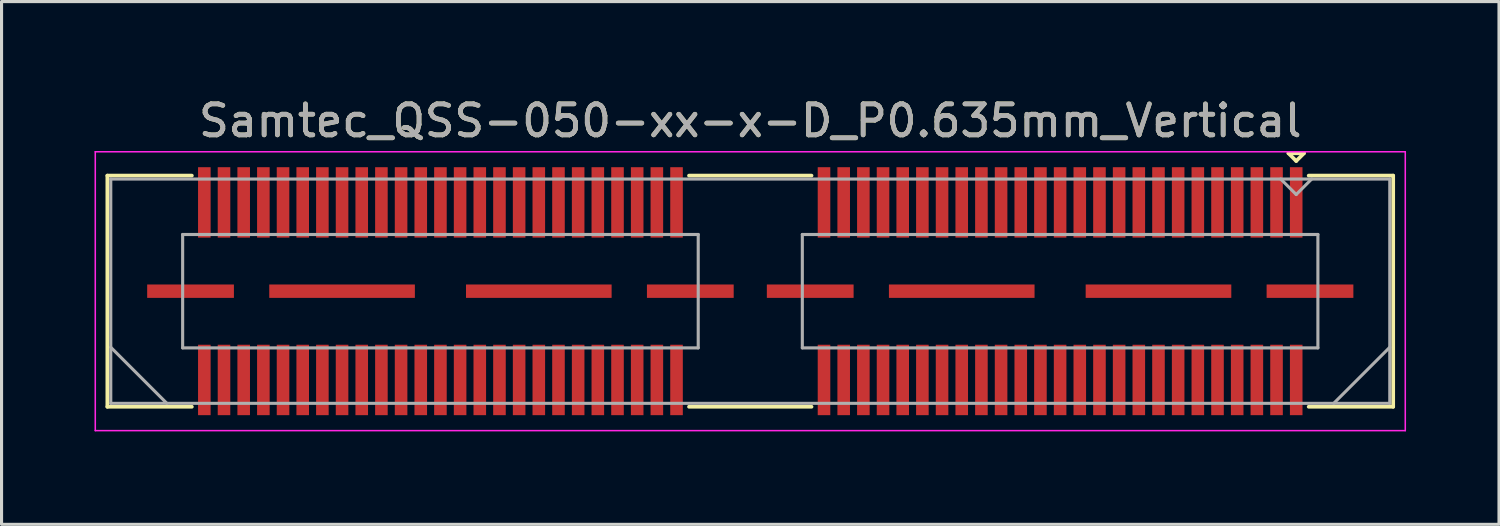
<source format=kicad_pcb>
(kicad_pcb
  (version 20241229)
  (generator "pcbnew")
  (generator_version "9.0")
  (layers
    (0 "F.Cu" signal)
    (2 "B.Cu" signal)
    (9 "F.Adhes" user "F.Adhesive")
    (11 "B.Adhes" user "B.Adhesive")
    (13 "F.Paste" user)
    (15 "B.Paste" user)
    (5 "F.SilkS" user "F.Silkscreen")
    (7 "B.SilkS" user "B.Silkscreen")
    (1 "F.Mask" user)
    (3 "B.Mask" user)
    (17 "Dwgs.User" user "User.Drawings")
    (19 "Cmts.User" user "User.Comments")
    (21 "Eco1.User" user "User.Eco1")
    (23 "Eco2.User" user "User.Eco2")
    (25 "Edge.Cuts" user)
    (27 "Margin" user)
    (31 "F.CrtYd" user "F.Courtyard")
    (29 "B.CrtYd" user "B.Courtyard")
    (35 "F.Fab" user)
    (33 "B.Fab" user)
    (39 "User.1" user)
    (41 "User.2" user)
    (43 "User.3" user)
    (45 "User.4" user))
  (footprint "Samtec_QSS-050-xx-x-D_P0.635mm_Vertical"
    (layer "F.Cu")
    (at 21.165 6.348)
    (property "Reference" "Samtec_QSS-050-xx-x-D_P0.635mm_Vertical" (at 0 -5.5 0) (layer "F.SilkS") (effects (font (size 1 1) (thickness 0.15))))
    (attr smd)
    (fp_line (start -20.75 -3.73) (end -18.023 -3.73) (stroke (width 0.12) (type solid)) (layer "F.SilkS"))
    (fp_line (start -20.75 3.73) (end -20.75 -3.73) (stroke (width 0.12) (type solid)) (layer "F.SilkS"))
    (fp_line (start -18.023 3.73) (end -20.75 3.73) (stroke (width 0.12) (type solid)) (layer "F.SilkS"))
    (fp_line (start 1.977 -3.73) (end -1.977 -3.73) (stroke (width 0.12) (type solid)) (layer "F.SilkS"))
    (fp_line (start 1.977 3.73) (end -1.977 3.73) (stroke (width 0.12) (type solid)) (layer "F.SilkS"))
    (fp_line (start 17.37 -4.452) (end 17.87 -4.452) (stroke (width 0.12) (type solid)) (layer "F.SilkS"))
    (fp_line (start 17.62 -4.202) (end 17.37 -4.452) (stroke (width 0.12) (type solid)) (layer "F.SilkS"))
    (fp_line (start 17.87 -4.452) (end 17.62 -4.202) (stroke (width 0.12) (type solid)) (layer "F.SilkS"))
    (fp_line (start 18.023 3.73) (end 20.75 3.73) (stroke (width 0.12) (type solid)) (layer "F.SilkS"))
    (fp_line (start 20.75 -3.73) (end 18.023 -3.73) (stroke (width 0.12) (type solid)) (layer "F.SilkS"))
    (fp_line (start 20.75 3.73) (end 20.75 -3.73) (stroke (width 0.12) (type solid)) (layer "F.SilkS"))
    (fp_line (start -21.14 -4.5) (end -21.14 4.5) (stroke (width 0.05) (type solid)) (layer "F.CrtYd"))
    (fp_line (start -21.14 4.5) (end 21.14 4.5) (stroke (width 0.05) (type solid)) (layer "F.CrtYd"))
    (fp_line (start 21.14 -4.5) (end -21.14 -4.5) (stroke (width 0.05) (type solid)) (layer "F.CrtYd"))
    (fp_line (start 21.14 4.5) (end 21.14 -4.5) (stroke (width 0.05) (type solid)) (layer "F.CrtYd"))
    (fp_line (start -20.64 -3.62) (end -20.64 3.62) (stroke (width 0.1) (type solid)) (layer "F.Fab"))
    (fp_line (start -20.64 1.81) (end -18.83 3.62) (stroke (width 0.1) (type solid)) (layer "F.Fab"))
    (fp_line (start -20.64 3.62) (end 20.64 3.62) (stroke (width 0.1) (type solid)) (layer "F.Fab"))
    (fp_line (start -18.32 -1.83) (end -18.32 1.83) (stroke (width 0.1) (type solid)) (layer "F.Fab"))
    (fp_line (start -18.32 1.83) (end -1.68 1.83) (stroke (width 0.1) (type solid)) (layer "F.Fab"))
    (fp_line (start -1.68 -1.83) (end -18.32 -1.83) (stroke (width 0.1) (type solid)) (layer "F.Fab"))
    (fp_line (start -1.68 1.83) (end -1.68 -1.83) (stroke (width 0.1) (type solid)) (layer "F.Fab"))
    (fp_line (start 1.68 -1.83) (end 1.68 1.83) (stroke (width 0.1) (type solid)) (layer "F.Fab"))
    (fp_line (start 1.68 1.83) (end 18.32 1.83) (stroke (width 0.1) (type solid)) (layer "F.Fab"))
    (fp_line (start 17.62 -3.12) (end 17.12 -3.62) (stroke (width 0.1) (type solid)) (layer "F.Fab"))
    (fp_line (start 18.12 -3.62) (end 17.62 -3.12) (stroke (width 0.1) (type solid)) (layer "F.Fab"))
    (fp_line (start 18.32 -1.83) (end 1.68 -1.83) (stroke (width 0.1) (type solid)) (layer "F.Fab"))
    (fp_line (start 18.32 1.83) (end 18.32 -1.83) (stroke (width 0.1) (type solid)) (layer "F.Fab"))
    (fp_line (start 20.64 -3.62) (end -20.64 -3.62) (stroke (width 0.1) (type solid)) (layer "F.Fab"))
    (fp_line (start 20.64 1.81) (end 18.83 3.62) (stroke (width 0.1) (type solid)) (layer "F.Fab"))
    (fp_line (start 20.64 3.62) (end 20.64 -3.62) (stroke (width 0.1) (type solid)) (layer "F.Fab"))
    (fp_text user "${REFERENCE}" (at 0 -5.5 0) (layer "F.Fab") (effects (font (size 1 1) (thickness 0.15))))
    (pad "1" smd rect (at 17.62 -2.865) (size 0.406 2.273) (layers "F.Cu" "F.Mask" "F.Paste"))
    (pad "2" smd rect (at 17.62 2.865) (size 0.406 2.273) (layers "F.Cu" "F.Mask" "F.Paste"))
    (pad "3" smd rect (at 16.985 -2.865) (size 0.406 2.273) (layers "F.Cu" "F.Mask" "F.Paste"))
    (pad "4" smd rect (at 16.985 2.865) (size 0.406 2.273) (layers "F.Cu" "F.Mask" "F.Paste"))
    (pad "5" smd rect (at 16.35 -2.865) (size 0.406 2.273) (layers "F.Cu" "F.Mask" "F.Paste"))
    (pad "6" smd rect (at 16.35 2.865) (size 0.406 2.273) (layers "F.Cu" "F.Mask" "F.Paste"))
    (pad "7" smd rect (at 15.715 -2.865) (size 0.406 2.273) (layers "F.Cu" "F.Mask" "F.Paste"))
    (pad "8" smd rect (at 15.715 2.865) (size 0.406 2.273) (layers "F.Cu" "F.Mask" "F.Paste"))
    (pad "9" smd rect (at 15.08 -2.865) (size 0.406 2.273) (layers "F.Cu" "F.Mask" "F.Paste"))
    (pad "10" smd rect (at 15.08 2.865) (size 0.406 2.273) (layers "F.Cu" "F.Mask" "F.Paste"))
    (pad "11" smd rect (at 14.445 -2.865) (size 0.406 2.273) (layers "F.Cu" "F.Mask" "F.Paste"))
    (pad "12" smd rect (at 14.445 2.865) (size 0.406 2.273) (layers "F.Cu" "F.Mask" "F.Paste"))
    (pad "13" smd rect (at 13.81 -2.865) (size 0.406 2.273) (layers "F.Cu" "F.Mask" "F.Paste"))
    (pad "14" smd rect (at 13.81 2.865) (size 0.406 2.273) (layers "F.Cu" "F.Mask" "F.Paste"))
    (pad "15" smd rect (at 13.175 -2.865) (size 0.406 2.273) (layers "F.Cu" "F.Mask" "F.Paste"))
    (pad "16" smd rect (at 13.175 2.865) (size 0.406 2.273) (layers "F.Cu" "F.Mask" "F.Paste"))
    (pad "17" smd rect (at 12.54 -2.865) (size 0.406 2.273) (layers "F.Cu" "F.Mask" "F.Paste"))
    (pad "18" smd rect (at 12.54 2.865) (size 0.406 2.273) (layers "F.Cu" "F.Mask" "F.Paste"))
    (pad "19" smd rect (at 11.905 -2.865) (size 0.406 2.273) (layers "F.Cu" "F.Mask" "F.Paste"))
    (pad "20" smd rect (at 11.905 2.865) (size 0.406 2.273) (layers "F.Cu" "F.Mask" "F.Paste"))
    (pad "21" smd rect (at 11.27 -2.865) (size 0.406 2.273) (layers "F.Cu" "F.Mask" "F.Paste"))
    (pad "22" smd rect (at 11.27 2.865) (size 0.406 2.273) (layers "F.Cu" "F.Mask" "F.Paste"))
    (pad "23" smd rect (at 10.635 -2.865) (size 0.406 2.273) (layers "F.Cu" "F.Mask" "F.Paste"))
    (pad "24" smd rect (at 10.635 2.865) (size 0.406 2.273) (layers "F.Cu" "F.Mask" "F.Paste"))
    (pad "25" smd rect (at 10 -2.865) (size 0.406 2.273) (layers "F.Cu" "F.Mask" "F.Paste"))
    (pad "26" smd rect (at 10 2.865) (size 0.406 2.273) (layers "F.Cu" "F.Mask" "F.Paste"))
    (pad "27" smd rect (at 9.365 -2.865) (size 0.406 2.273) (layers "F.Cu" "F.Mask" "F.Paste"))
    (pad "28" smd rect (at 9.365 2.865) (size 0.406 2.273) (layers "F.Cu" "F.Mask" "F.Paste"))
    (pad "29" smd rect (at 8.73 -2.865) (size 0.406 2.273) (layers "F.Cu" "F.Mask" "F.Paste"))
    (pad "30" smd rect (at 8.73 2.865) (size 0.406 2.273) (layers "F.Cu" "F.Mask" "F.Paste"))
    (pad "31" smd rect (at 8.095 -2.865) (size 0.406 2.273) (layers "F.Cu" "F.Mask" "F.Paste"))
    (pad "32" smd rect (at 8.095 2.865) (size 0.406 2.273) (layers "F.Cu" "F.Mask" "F.Paste"))
    (pad "33" smd rect (at 7.46 -2.865) (size 0.406 2.273) (layers "F.Cu" "F.Mask" "F.Paste"))
    (pad "34" smd rect (at 7.46 2.865) (size 0.406 2.273) (layers "F.Cu" "F.Mask" "F.Paste"))
    (pad "35" smd rect (at 6.825 -2.865) (size 0.406 2.273) (layers "F.Cu" "F.Mask" "F.Paste"))
    (pad "36" smd rect (at 6.825 2.865) (size 0.406 2.273) (layers "F.Cu" "F.Mask" "F.Paste"))
    (pad "37" smd rect (at 6.19 -2.865) (size 0.406 2.273) (layers "F.Cu" "F.Mask" "F.Paste"))
    (pad "38" smd rect (at 6.19 2.865) (size 0.406 2.273) (layers "F.Cu" "F.Mask" "F.Paste"))
    (pad "39" smd rect (at 5.555 -2.865) (size 0.406 2.273) (layers "F.Cu" "F.Mask" "F.Paste"))
    (pad "40" smd rect (at 5.555 2.865) (size 0.406 2.273) (layers "F.Cu" "F.Mask" "F.Paste"))
    (pad "41" smd rect (at 4.92 -2.865) (size 0.406 2.273) (layers "F.Cu" "F.Mask" "F.Paste"))
    (pad "42" smd rect (at 4.92 2.865) (size 0.406 2.273) (layers "F.Cu" "F.Mask" "F.Paste"))
    (pad "43" smd rect (at 4.285 -2.865) (size 0.406 2.273) (layers "F.Cu" "F.Mask" "F.Paste"))
    (pad "44" smd rect (at 4.285 2.865) (size 0.406 2.273) (layers "F.Cu" "F.Mask" "F.Paste"))
    (pad "45" smd rect (at 3.65 -2.865) (size 0.406 2.273) (layers "F.Cu" "F.Mask" "F.Paste"))
    (pad "46" smd rect (at 3.65 2.865) (size 0.406 2.273) (layers "F.Cu" "F.Mask" "F.Paste"))
    (pad "47" smd rect (at 3.015 -2.865) (size 0.406 2.273) (layers "F.Cu" "F.Mask" "F.Paste"))
    (pad "48" smd rect (at 3.015 2.865) (size 0.406 2.273) (layers "F.Cu" "F.Mask" "F.Paste"))
    (pad "49" smd rect (at 2.38 -2.865) (size 0.406 2.273) (layers "F.Cu" "F.Mask" "F.Paste"))
    (pad "50" smd rect (at 2.38 2.865) (size 0.406 2.273) (layers "F.Cu" "F.Mask" "F.Paste"))
    (pad "51" smd rect (at -2.38 -2.865) (size 0.406 2.273) (layers "F.Cu" "F.Mask" "F.Paste"))
    (pad "52" smd rect (at -2.38 2.865) (size 0.406 2.273) (layers "F.Cu" "F.Mask" "F.Paste"))
    (pad "53" smd rect (at -3.015 -2.865) (size 0.406 2.273) (layers "F.Cu" "F.Mask" "F.Paste"))
    (pad "54" smd rect (at -3.015 2.865) (size 0.406 2.273) (layers "F.Cu" "F.Mask" "F.Paste"))
    (pad "55" smd rect (at -3.65 -2.865) (size 0.406 2.273) (layers "F.Cu" "F.Mask" "F.Paste"))
    (pad "56" smd rect (at -3.65 2.865) (size 0.406 2.273) (layers "F.Cu" "F.Mask" "F.Paste"))
    (pad "57" smd rect (at -4.285 -2.865) (size 0.406 2.273) (layers "F.Cu" "F.Mask" "F.Paste"))
    (pad "58" smd rect (at -4.285 2.865) (size 0.406 2.273) (layers "F.Cu" "F.Mask" "F.Paste"))
    (pad "59" smd rect (at -4.92 -2.865) (size 0.406 2.273) (layers "F.Cu" "F.Mask" "F.Paste"))
    (pad "60" smd rect (at -4.92 2.865) (size 0.406 2.273) (layers "F.Cu" "F.Mask" "F.Paste"))
    (pad "61" smd rect (at -5.555 -2.865) (size 0.406 2.273) (layers "F.Cu" "F.Mask" "F.Paste"))
    (pad "62" smd rect (at -5.555 2.865) (size 0.406 2.273) (layers "F.Cu" "F.Mask" "F.Paste"))
    (pad "63" smd rect (at -6.19 -2.865) (size 0.406 2.273) (layers "F.Cu" "F.Mask" "F.Paste"))
    (pad "64" smd rect (at -6.19 2.865) (size 0.406 2.273) (layers "F.Cu" "F.Mask" "F.Paste"))
    (pad "65" smd rect (at -6.825 -2.865) (size 0.406 2.273) (layers "F.Cu" "F.Mask" "F.Paste"))
    (pad "66" smd rect (at -6.825 2.865) (size 0.406 2.273) (layers "F.Cu" "F.Mask" "F.Paste"))
    (pad "67" smd rect (at -7.46 -2.865) (size 0.406 2.273) (layers "F.Cu" "F.Mask" "F.Paste"))
    (pad "68" smd rect (at -7.46 2.865) (size 0.406 2.273) (layers "F.Cu" "F.Mask" "F.Paste"))
    (pad "69" smd rect (at -8.095 -2.865) (size 0.406 2.273) (layers "F.Cu" "F.Mask" "F.Paste"))
    (pad "70" smd rect (at -8.095 2.865) (size 0.406 2.273) (layers "F.Cu" "F.Mask" "F.Paste"))
    (pad "71" smd rect (at -8.73 -2.865) (size 0.406 2.273) (layers "F.Cu" "F.Mask" "F.Paste"))
    (pad "72" smd rect (at -8.73 2.865) (size 0.406 2.273) (layers "F.Cu" "F.Mask" "F.Paste"))
    (pad "73" smd rect (at -9.365 -2.865) (size 0.406 2.273) (layers "F.Cu" "F.Mask" "F.Paste"))
    (pad "74" smd rect (at -9.365 2.865) (size 0.406 2.273) (layers "F.Cu" "F.Mask" "F.Paste"))
    (pad "75" smd rect (at -10 -2.865) (size 0.406 2.273) (layers "F.Cu" "F.Mask" "F.Paste"))
    (pad "76" smd rect (at -10 2.865) (size 0.406 2.273) (layers "F.Cu" "F.Mask" "F.Paste"))
    (pad "77" smd rect (at -10.635 -2.865) (size 0.406 2.273) (layers "F.Cu" "F.Mask" "F.Paste"))
    (pad "78" smd rect (at -10.635 2.865) (size 0.406 2.273) (layers "F.Cu" "F.Mask" "F.Paste"))
    (pad "79" smd rect (at -11.27 -2.865) (size 0.406 2.273) (layers "F.Cu" "F.Mask" "F.Paste"))
    (pad "80" smd rect (at -11.27 2.865) (size 0.406 2.273) (layers "F.Cu" "F.Mask" "F.Paste"))
    (pad "81" smd rect (at -11.905 -2.865) (size 0.406 2.273) (layers "F.Cu" "F.Mask" "F.Paste"))
    (pad "82" smd rect (at -11.905 2.865) (size 0.406 2.273) (layers "F.Cu" "F.Mask" "F.Paste"))
    (pad "83" smd rect (at -12.54 -2.865) (size 0.406 2.273) (layers "F.Cu" "F.Mask" "F.Paste"))
    (pad "84" smd rect (at -12.54 2.865) (size 0.406 2.273) (layers "F.Cu" "F.Mask" "F.Paste"))
    (pad "85" smd rect (at -13.175 -2.865) (size 0.406 2.273) (layers "F.Cu" "F.Mask" "F.Paste"))
    (pad "86" smd rect (at -13.175 2.865) (size 0.406 2.273) (layers "F.Cu" "F.Mask" "F.Paste"))
    (pad "87" smd rect (at -13.81 -2.865) (size 0.406 2.273) (layers "F.Cu" "F.Mask" "F.Paste"))
    (pad "88" smd rect (at -13.81 2.865) (size 0.406 2.273) (layers "F.Cu" "F.Mask" "F.Paste"))
    (pad "89" smd rect (at -14.445 -2.865) (size 0.406 2.273) (layers "F.Cu" "F.Mask" "F.Paste"))
    (pad "90" smd rect (at -14.445 2.865) (size 0.406 2.273) (layers "F.Cu" "F.Mask" "F.Paste"))
    (pad "91" smd rect (at -15.08 -2.865) (size 0.406 2.273) (layers "F.Cu" "F.Mask" "F.Paste"))
    (pad "92" smd rect (at -15.08 2.865) (size 0.406 2.273) (layers "F.Cu" "F.Mask" "F.Paste"))
    (pad "93" smd rect (at -15.715 -2.865) (size 0.406 2.273) (layers "F.Cu" "F.Mask" "F.Paste"))
    (pad "94" smd rect (at -15.715 2.865) (size 0.406 2.273) (layers "F.Cu" "F.Mask" "F.Paste"))
    (pad "95" smd rect (at -16.35 -2.865) (size 0.406 2.273) (layers "F.Cu" "F.Mask" "F.Paste"))
    (pad "96" smd rect (at -16.35 2.865) (size 0.406 2.273) (layers "F.Cu" "F.Mask" "F.Paste"))
    (pad "97" smd rect (at -16.985 -2.865) (size 0.406 2.273) (layers "F.Cu" "F.Mask" "F.Paste"))
    (pad "98" smd rect (at -16.985 2.865) (size 0.406 2.273) (layers "F.Cu" "F.Mask" "F.Paste"))
    (pad "99" smd rect (at -17.62 -2.865) (size 0.406 2.273) (layers "F.Cu" "F.Mask" "F.Paste"))
    (pad "100" smd rect (at -17.62 2.865) (size 0.406 2.273) (layers "F.Cu" "F.Mask" "F.Paste"))
    (pad "P1" smd rect (at 1.935 0) (size 2.8 0.432) (layers "F.Cu" "F.Mask" "F.Paste"))
    (pad "P1" smd rect (at 6.825 0) (size 4.7 0.432) (layers "F.Cu" "F.Mask" "F.Paste"))
    (pad "P1" smd rect (at 13.175 0) (size 4.7 0.432) (layers "F.Cu" "F.Mask" "F.Paste"))
    (pad "P1" smd rect (at 18.065 0) (size 2.8 0.432) (layers "F.Cu" "F.Mask" "F.Paste"))
    (pad "P2" smd rect (at -18.065 0) (size 2.8 0.432) (layers "F.Cu" "F.Mask" "F.Paste"))
    (pad "P2" smd rect (at -13.175 0) (size 4.7 0.432) (layers "F.Cu" "F.Mask" "F.Paste"))
    (pad "P2" smd rect (at -6.825 0) (size 4.7 0.432) (layers "F.Cu" "F.Mask" "F.Paste"))
    (pad "P2" smd rect (at -1.935 0) (size 2.8 0.432) (layers "F.Cu" "F.Mask" "F.Paste")))
  (gr_rect
    (start -3 -3)
    (end 45.33 13.873)
    (stroke (width 0.1) (type default))
    (fill no)
    (layer "Edge.Cuts")))
</source>
